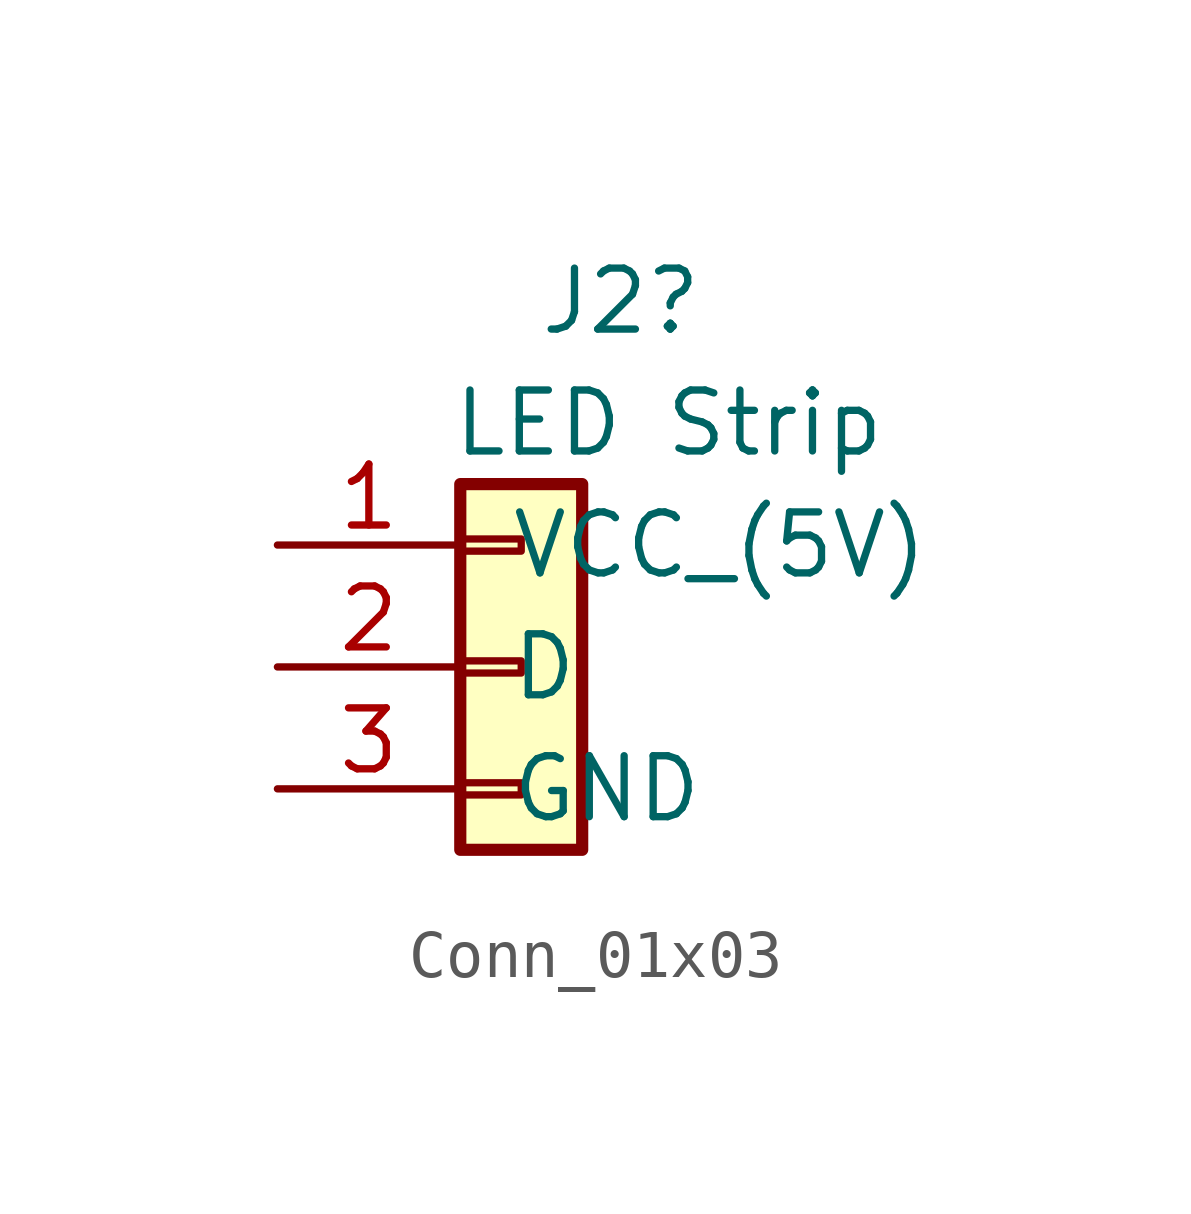
<source format=kicad_sym>
(kicad_symbol_lib
  (version 20211014)
  (generator kicad_symbol_editor)
  (symbol "Conn_01x03"
    (pin_names
      (offset 1.016))
    (property "Reference" "J2"
      (at 3.81 7.62 0)
      (effects (font (size 1.27 1.27)) (justify right)))
    (property "Value" "LED Strip"
      (at 7.62 5.08 0)
      (effects (font (size 1.27 1.27)) (justify right)))
    (symbol "Conn_01x03_1_1"
      (rectangle (start -1.27 -2.413) (end 0 -2.667) (stroke (width 0.152) (type default) (color 0 0 0 0)) (fill (type none)))
      (rectangle (start -1.27 0.127) (end 0 -0.127) (stroke (width 0.152) (type default) (color 0 0 0 0)) (fill (type none)))
      (rectangle (start -1.27 2.667) (end 0 2.413) (stroke (width 0.152) (type default) (color 0 0 0 0)) (fill (type none)))
      (rectangle (start -1.27 3.81) (end 1.27 -3.81) (stroke (width 0.254) (type default) (color 0 0 0 0)) (fill (type background)))
      (pin power_in line (at -5.08 2.54 0) (length 3.81) (name "VCC_(5V)" (effects (font (size 1.27 1.27)))) (number "1" (effects (font (size 1.27 1.27)))))
      (pin passive line (at -5.08 0 0) (length 3.81) (name "D" (effects (font (size 1.27 1.27)))) (number "2" (effects (font (size 1.27 1.27)))))
      (pin power_out line (at -5.08 -2.54 0) (length 3.81) (name "GND" (effects (font (size 1.27 1.27)))) (number "3" (effects (font (size 1.27 1.27))))))))
</source>
